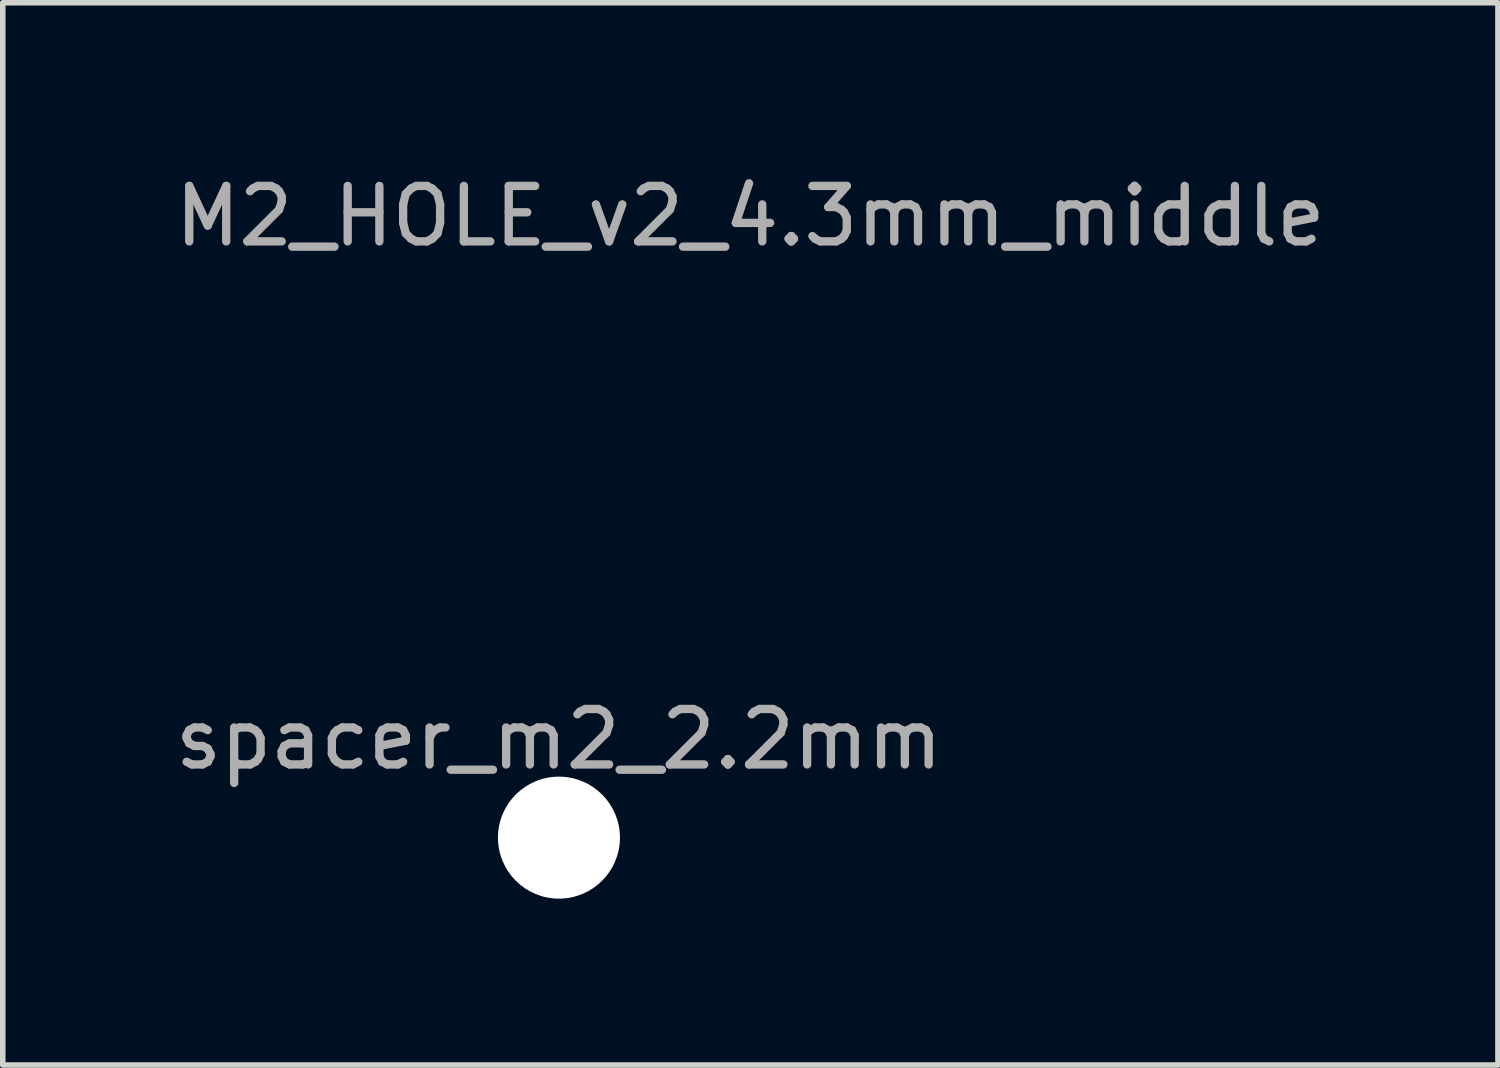
<source format=kicad_pcb>
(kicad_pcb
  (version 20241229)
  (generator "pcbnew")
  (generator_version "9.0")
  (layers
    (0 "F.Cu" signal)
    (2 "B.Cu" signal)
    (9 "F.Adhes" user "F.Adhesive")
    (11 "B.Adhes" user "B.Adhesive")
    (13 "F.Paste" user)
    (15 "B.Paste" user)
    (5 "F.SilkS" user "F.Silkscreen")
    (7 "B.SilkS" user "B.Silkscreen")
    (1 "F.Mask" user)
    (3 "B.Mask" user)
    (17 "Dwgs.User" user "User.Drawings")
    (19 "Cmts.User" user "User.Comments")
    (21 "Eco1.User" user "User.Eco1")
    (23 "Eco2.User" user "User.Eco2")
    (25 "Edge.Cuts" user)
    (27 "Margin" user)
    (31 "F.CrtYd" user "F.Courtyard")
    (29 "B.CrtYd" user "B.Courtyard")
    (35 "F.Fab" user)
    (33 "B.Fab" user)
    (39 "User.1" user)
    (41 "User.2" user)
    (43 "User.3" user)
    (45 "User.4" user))
  (footprint "spacer_m2_2.2mm"
    (layer "F.Cu")
    (at 7.03 12.056)
    (property "Reference" "spacer_m2_2.2mm" (at 0 -1.775 0) (layer "F.Fab") (effects (font (size 1 1) (thickness 0.15))))
    (attr exclude_from_pos_files exclude_from_bom)
    (pad "" np_thru_hole circle (at 0 0) (size 2.2 2.2) (drill 2.2) (layers "*.Cu" "*.Mask")))
  (footprint "M2_HOLE_v2_4.3mm_middle"
    (layer "F.Cu")
    (at 10.582 3.773)
    (property "Reference" "M2_HOLE_v2_4.3mm_middle" (at -0.1 -2.925 0) (layer "F.Fab") (effects (font (size 1 1) (thickness 0.15))))
    (attr exclude_from_pos_files exclude_from_bom)
    (fp_circle (center 0 0) (end 2.6 0) (stroke (width 0.12) (type solid)) (fill no) (layer "User.3")))
  (gr_rect
    (start -3 -3)
    (end 23.964 16.157)
    (stroke (width 0.1) (type default))
    (fill no)
    (layer "Edge.Cuts")))
</source>
